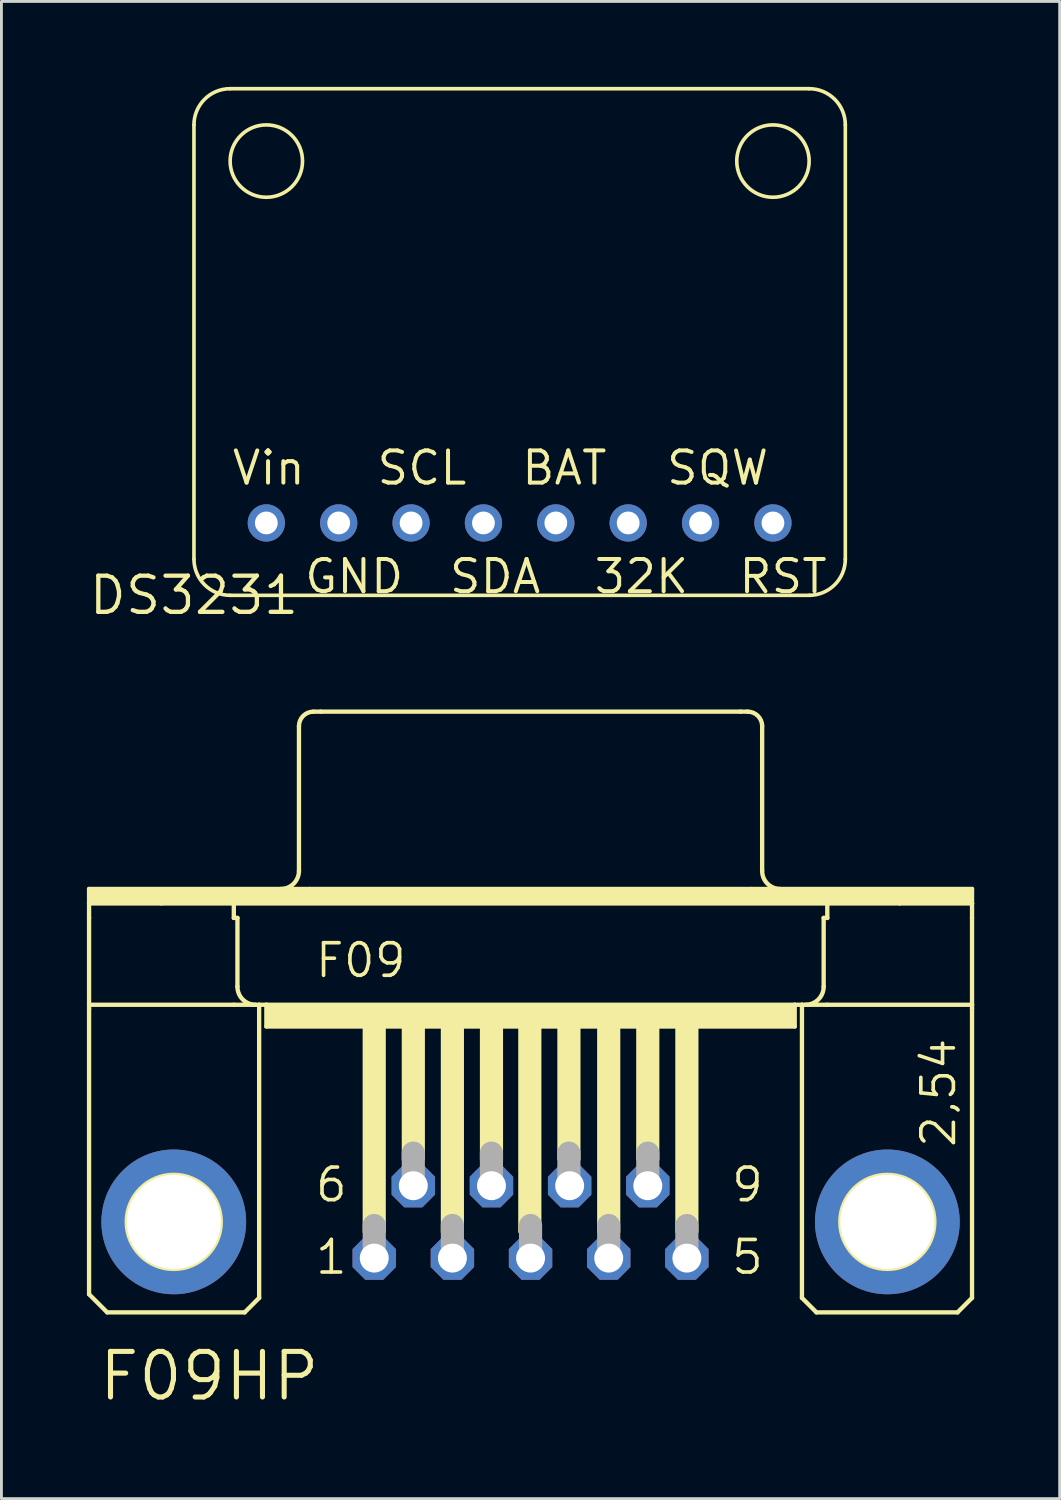
<source format=kicad_pcb>
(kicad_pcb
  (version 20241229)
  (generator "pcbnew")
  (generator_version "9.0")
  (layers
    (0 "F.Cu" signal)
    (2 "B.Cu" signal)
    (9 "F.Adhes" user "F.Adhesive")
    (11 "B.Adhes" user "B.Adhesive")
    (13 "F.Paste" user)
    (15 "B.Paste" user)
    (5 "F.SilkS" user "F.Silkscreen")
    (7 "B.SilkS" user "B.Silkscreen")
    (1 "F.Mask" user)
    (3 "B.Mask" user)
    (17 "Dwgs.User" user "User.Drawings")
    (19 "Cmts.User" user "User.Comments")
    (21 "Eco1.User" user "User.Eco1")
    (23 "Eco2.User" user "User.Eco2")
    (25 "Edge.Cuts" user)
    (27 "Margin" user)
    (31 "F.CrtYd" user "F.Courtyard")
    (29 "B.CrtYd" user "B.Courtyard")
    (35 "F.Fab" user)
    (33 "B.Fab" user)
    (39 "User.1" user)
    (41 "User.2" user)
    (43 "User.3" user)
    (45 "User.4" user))
  (footprint "DS3231"
    (layer "F.Cu")
    (at 3.757 17.843)
    (property "Reference" "DS3231" (at 0 0 0) (layer "F.SilkS") (effects (font (size 1.27 1.27) (thickness 0.15))))
    (fp_line (start 0 -16.51) (end 0 -1.27) (stroke (width 0.127) (type solid)) (layer "F.SilkS"))
    (fp_line (start 1.27 0) (end 21.59 0) (stroke (width 0.127) (type solid)) (layer "F.SilkS"))
    (fp_line (start 21.59 -17.78) (end 1.27 -17.78) (stroke (width 0.127) (type solid)) (layer "F.SilkS"))
    (fp_line (start 22.86 -1.27) (end 22.86 -16.51) (stroke (width 0.127) (type solid)) (layer "F.SilkS"))
    (fp_arc (start 0 -16.51) (mid 0.371974 -17.408026) (end 1.27 -17.78) (stroke (width 0.127) (type solid)) (layer "F.SilkS"))
    (fp_arc (start 1.27 0) (mid 0.371974 -0.371974) (end 0 -1.27) (stroke (width 0.127) (type solid)) (layer "F.SilkS"))
    (fp_arc (start 21.59 -17.78) (mid 22.488026 -17.408026) (end 22.86 -16.51) (stroke (width 0.127) (type solid)) (layer "F.SilkS"))
    (fp_arc (start 22.86 -1.27) (mid 22.488026 -0.371974) (end 21.59 0) (stroke (width 0.127) (type solid)) (layer "F.SilkS"))
    (fp_circle (center 2.54 -15.24) (end 3.81 -15.24) (stroke (width 0.127) (type solid)) (fill no) (layer "F.SilkS"))
    (fp_circle (center 20.32 -15.24) (end 21.59 -15.24) (stroke (width 0.127) (type solid)) (fill no) (layer "F.SilkS"))
    (fp_text user "SCL" (at 6.35 -3.81 0) (layer "F.SilkS") (effects (font (size 1.13 1.13) (thickness 0.14)) (justify left bottom)))
    (fp_text user "32K" (at 13.97 0 0) (layer "F.SilkS") (effects (font (size 1.13 1.13) (thickness 0.14)) (justify left bottom)))
    (fp_text user "SDA" (at 8.89 0 0) (layer "F.SilkS") (effects (font (size 1.13 1.13) (thickness 0.14)) (justify left bottom)))
    (fp_text user "GND" (at 3.81 0 0) (layer "F.SilkS") (effects (font (size 1.13 1.13) (thickness 0.14)) (justify left bottom)))
    (fp_text user "RST" (at 19.05 0 0) (layer "F.SilkS") (effects (font (size 1.13 1.13) (thickness 0.14)) (justify left bottom)))
    (fp_text user "SQW" (at 16.51 -3.81 0) (layer "F.SilkS") (effects (font (size 1.13 1.13) (thickness 0.14)) (justify left bottom)))
    (fp_text user "BAT" (at 11.43 -3.81 0) (layer "F.SilkS") (effects (font (size 1.13 1.13) (thickness 0.14)) (justify left bottom)))
    (fp_text user "Vin" (at 1.27 -3.81 0) (layer "F.SilkS") (effects (font (size 1.13 1.13) (thickness 0.14)) (justify left bottom)))
    (pad "P$1" thru_hole circle (at 2.54 -2.54) (size 1.308 1.308) (drill 0.8) (layers "*.Cu" "*.Mask"))
    (pad "P$2" thru_hole circle (at 5.08 -2.54) (size 1.308 1.308) (drill 0.8) (layers "*.Cu" "*.Mask"))
    (pad "P$3" thru_hole circle (at 7.62 -2.54) (size 1.308 1.308) (drill 0.8) (layers "*.Cu" "*.Mask"))
    (pad "P$4" thru_hole circle (at 10.16 -2.54) (size 1.308 1.308) (drill 0.8) (layers "*.Cu" "*.Mask"))
    (pad "P$5" thru_hole circle (at 12.7 -2.54) (size 1.308 1.308) (drill 0.8) (layers "*.Cu" "*.Mask"))
    (pad "P$6" thru_hole circle (at 15.24 -2.54) (size 1.308 1.308) (drill 0.8) (layers "*.Cu" "*.Mask"))
    (pad "P$7" thru_hole circle (at 17.78 -2.54) (size 1.308 1.308) (drill 0.8) (layers "*.Cu" "*.Mask"))
    (pad "P$8" thru_hole circle (at 20.32 -2.54) (size 1.308 1.308) (drill 0.8) (layers "*.Cu" "*.Mask")))
  (footprint "F09HP"
    (layer "F.Cu")
    (at 15.57 39.833)
    (property "Reference" "F09HP" (at -15.24 6.35 0) (layer "F.SilkS") (effects (font (size 1.6 1.6) (thickness 0.178)) (justify left bottom)))
    (fp_line (start -15.494 -11.684) (end -7.747 -11.684) (stroke (width 0.152) (type solid)) (layer "F.SilkS"))
    (fp_line (start -15.494 -11.176) (end -15.494 -11.684) (stroke (width 0.152) (type solid)) (layer "F.SilkS"))
    (fp_line (start -15.494 -11.176) (end -12.954 -11.176) (stroke (width 0.152) (type solid)) (layer "F.SilkS"))
    (fp_line (start -15.494 -10.668) (end -15.494 -11.176) (stroke (width 0.152) (type solid)) (layer "F.SilkS"))
    (fp_line (start -15.494 -7.62) (end -15.494 -10.668) (stroke (width 0.152) (type solid)) (layer "F.SilkS"))
    (fp_line (start -15.494 -7.62) (end -15.494 -7.493) (stroke (width 0.152) (type solid)) (layer "F.SilkS"))
    (fp_line (start -15.494 -7.62) (end -10.414 -7.62) (stroke (width 0.152) (type solid)) (layer "F.SilkS"))
    (fp_line (start -15.494 2.54) (end -15.494 -7.493) (stroke (width 0.152) (type solid)) (layer "F.SilkS"))
    (fp_line (start -14.859 3.175) (end -15.494 2.54) (stroke (width 0.152) (type solid)) (layer "F.SilkS"))
    (fp_line (start -12.954 -11.176) (end -10.414 -11.176) (stroke (width 0.152) (type solid)) (layer "F.SilkS"))
    (fp_line (start -10.414 -11.176) (end 10.414 -11.176) (stroke (width 0.152) (type solid)) (layer "F.SilkS"))
    (fp_line (start -10.414 -10.668) (end -10.414 -11.176) (stroke (width 0.152) (type solid)) (layer "F.SilkS"))
    (fp_line (start -10.414 -10.668) (end -10.287 -10.668) (stroke (width 0.152) (type solid)) (layer "F.SilkS"))
    (fp_line (start -10.414 -7.62) (end -9.525 -7.62) (stroke (width 0.152) (type solid)) (layer "F.SilkS"))
    (fp_line (start -10.287 -8.255) (end -10.287 -10.668) (stroke (width 0.152) (type solid)) (layer "F.SilkS"))
    (fp_line (start -10.033 3.175) (end -14.859 3.175) (stroke (width 0.152) (type solid)) (layer "F.SilkS"))
    (fp_line (start -10.033 3.175) (end -9.525 2.667) (stroke (width 0.152) (type solid)) (layer "F.SilkS"))
    (fp_line (start -9.525 -7.62) (end -9.271 -7.62) (stroke (width 0.152) (type solid)) (layer "F.SilkS"))
    (fp_line (start -9.525 2.667) (end -9.525 -7.62) (stroke (width 0.152) (type solid)) (layer "F.SilkS"))
    (fp_line (start -9.271 -7.62) (end -9.271 -6.858) (stroke (width 0.152) (type solid)) (layer "F.SilkS"))
    (fp_line (start -9.271 -7.62) (end 9.271 -7.62) (stroke (width 0.152) (type solid)) (layer "F.SilkS"))
    (fp_line (start -9.271 -6.858) (end 9.271 -6.858) (stroke (width 0.152) (type solid)) (layer "F.SilkS"))
    (fp_line (start -8.128 -12.319) (end -8.128 -17.399) (stroke (width 0.152) (type solid)) (layer "F.SilkS"))
    (fp_line (start -7.747 -11.684) (end 7.747 -11.684) (stroke (width 0.152) (type solid)) (layer "F.SilkS"))
    (fp_line (start -7.62 -17.907) (end -7.366 -17.907) (stroke (width 0.152) (type solid)) (layer "F.SilkS"))
    (fp_line (start -7.366 -17.907) (end 7.366 -17.907) (stroke (width 0.152) (type solid)) (layer "F.SilkS"))
    (fp_line (start 7.366 -17.907) (end 7.62 -17.907) (stroke (width 0.152) (type solid)) (layer "F.SilkS"))
    (fp_line (start 7.747 -11.684) (end 15.494 -11.684) (stroke (width 0.152) (type solid)) (layer "F.SilkS"))
    (fp_line (start 8.128 -12.319) (end 8.128 -17.399) (stroke (width 0.152) (type solid)) (layer "F.SilkS"))
    (fp_line (start 9.271 -7.62) (end 9.271 -6.858) (stroke (width 0.152) (type solid)) (layer "F.SilkS"))
    (fp_line (start 9.271 -7.62) (end 9.525 -7.62) (stroke (width 0.152) (type solid)) (layer "F.SilkS"))
    (fp_line (start 9.525 -7.62) (end 10.414 -7.62) (stroke (width 0.152) (type solid)) (layer "F.SilkS"))
    (fp_line (start 9.525 2.667) (end 9.525 -7.62) (stroke (width 0.152) (type solid)) (layer "F.SilkS"))
    (fp_line (start 9.525 2.667) (end 10.033 3.175) (stroke (width 0.152) (type solid)) (layer "F.SilkS"))
    (fp_line (start 10.033 3.175) (end 14.986 3.175) (stroke (width 0.152) (type solid)) (layer "F.SilkS"))
    (fp_line (start 10.287 -10.668) (end 10.414 -10.668) (stroke (width 0.152) (type solid)) (layer "F.SilkS"))
    (fp_line (start 10.287 -8.255) (end 10.287 -10.668) (stroke (width 0.152) (type solid)) (layer "F.SilkS"))
    (fp_line (start 10.414 -11.176) (end 12.954 -11.176) (stroke (width 0.152) (type solid)) (layer "F.SilkS"))
    (fp_line (start 10.414 -10.668) (end 10.414 -11.176) (stroke (width 0.152) (type solid)) (layer "F.SilkS"))
    (fp_line (start 10.414 -7.62) (end 15.494 -7.62) (stroke (width 0.152) (type solid)) (layer "F.SilkS"))
    (fp_line (start 12.954 -11.176) (end 15.494 -11.176) (stroke (width 0.152) (type solid)) (layer "F.SilkS"))
    (fp_line (start 14.986 3.175) (end 15.494 2.667) (stroke (width 0.152) (type solid)) (layer "F.SilkS"))
    (fp_line (start 15.494 -11.684) (end 15.494 -11.176) (stroke (width 0.152) (type solid)) (layer "F.SilkS"))
    (fp_line (start 15.494 -11.176) (end 15.494 -10.668) (stroke (width 0.152) (type solid)) (layer "F.SilkS"))
    (fp_line (start 15.494 -10.668) (end 15.494 -7.62) (stroke (width 0.152) (type solid)) (layer "F.SilkS"))
    (fp_line (start 15.494 -7.62) (end 15.494 -7.493) (stroke (width 0.152) (type solid)) (layer "F.SilkS"))
    (fp_line (start 15.494 2.667) (end 15.494 -7.493) (stroke (width 0.152) (type solid)) (layer "F.SilkS"))
    (fp_arc (start -9.652 -7.62) (mid -10.101013 -7.805987) (end -10.287 -8.255) (stroke (width 0.1524) (type solid)) (layer "F.SilkS"))
    (fp_arc (start -8.128 -17.399) (mid -7.97921 -17.75821) (end -7.62 -17.907) (stroke (width 0.1524) (type solid)) (layer "F.SilkS"))
    (fp_arc (start -8.128 -12.319) (mid -8.313987 -11.869987) (end -8.763 -11.684) (stroke (width 0.1524) (type solid)) (layer "F.SilkS"))
    (fp_arc (start 7.62 -17.907) (mid 7.97921 -17.75821) (end 8.128 -17.399) (stroke (width 0.1524) (type solid)) (layer "F.SilkS"))
    (fp_arc (start 8.763 -11.684) (mid 8.313987 -11.869987) (end 8.128 -12.319) (stroke (width 0.1524) (type solid)) (layer "F.SilkS"))
    (fp_arc (start 10.287 -8.255) (mid 10.101013 -7.805987) (end 9.652 -7.62) (stroke (width 0.1524) (type solid)) (layer "F.SilkS"))
    (fp_circle (center -12.522 0) (end -10.871 0) (stroke (width 0.152) (type solid)) (fill no) (layer "F.SilkS"))
    (fp_circle (center 12.522 0) (end 14.173 0) (stroke (width 0.152) (type solid)) (fill no) (layer "F.SilkS"))
    (fp_poly (pts (xy -15.494 -11.176) (xy 15.494 -11.176) (xy 15.494 -11.684) (xy -15.494 -11.684)) (stroke (width 0) (type default)) (fill yes) (layer "F.SilkS"))
    (fp_poly (pts (xy -9.271 -6.858) (xy 9.271 -6.858) (xy 9.271 -7.62) (xy -9.271 -7.62)) (stroke (width 0) (type default)) (fill yes) (layer "F.SilkS"))
    (fp_poly (pts (xy -5.893 0.381) (xy -5.08 0.381) (xy -5.08 -6.858) (xy -5.893 -6.858)) (stroke (width 0) (type default)) (fill yes) (layer "F.SilkS"))
    (fp_poly (pts (xy -4.521 -2.159) (xy -3.708 -2.159) (xy -3.708 -6.858) (xy -4.521 -6.858)) (stroke (width 0) (type default)) (fill yes) (layer "F.SilkS"))
    (fp_poly (pts (xy -3.15 0.381) (xy -2.337 0.381) (xy -2.337 -6.858) (xy -3.15 -6.858)) (stroke (width 0) (type default)) (fill yes) (layer "F.SilkS"))
    (fp_poly (pts (xy -1.778 -2.159) (xy -0.965 -2.159) (xy -0.965 -6.858) (xy -1.778 -6.858)) (stroke (width 0) (type default)) (fill yes) (layer "F.SilkS"))
    (fp_poly (pts (xy -0.432 0.381) (xy 0.381 0.381) (xy 0.381 -6.858) (xy -0.432 -6.858)) (stroke (width 0) (type default)) (fill yes) (layer "F.SilkS"))
    (fp_poly (pts (xy 0.94 -2.159) (xy 1.753 -2.159) (xy 1.753 -6.858) (xy 0.94 -6.858)) (stroke (width 0) (type default)) (fill yes) (layer "F.SilkS"))
    (fp_poly (pts (xy 2.337 0.381) (xy 3.15 0.381) (xy 3.15 -6.858) (xy 2.337 -6.858)) (stroke (width 0) (type default)) (fill yes) (layer "F.SilkS"))
    (fp_poly (pts (xy 3.708 -2.159) (xy 4.521 -2.159) (xy 4.521 -6.858) (xy 3.708 -6.858)) (stroke (width 0) (type default)) (fill yes) (layer "F.SilkS"))
    (fp_poly (pts (xy 5.08 0.381) (xy 5.893 0.381) (xy 5.893 -6.858) (xy 5.08 -6.858)) (stroke (width 0) (type default)) (fill yes) (layer "F.SilkS"))
    (fp_line (start -5.486 1.143) (end -5.486 0.127) (stroke (width 0.813) (type solid)) (layer "F.Fab"))
    (fp_line (start -4.115 -1.397) (end -4.115 -2.413) (stroke (width 0.813) (type solid)) (layer "F.Fab"))
    (fp_line (start -2.743 1.143) (end -2.743 0.127) (stroke (width 0.813) (type solid)) (layer "F.Fab"))
    (fp_line (start -1.372 -1.397) (end -1.372 -2.413) (stroke (width 0.813) (type solid)) (layer "F.Fab"))
    (fp_line (start 0 1.143) (end 0 0.127) (stroke (width 0.813) (type solid)) (layer "F.Fab"))
    (fp_line (start 1.346 -1.397) (end 1.346 -2.413) (stroke (width 0.813) (type solid)) (layer "F.Fab"))
    (fp_line (start 2.743 1.143) (end 2.743 0.127) (stroke (width 0.813) (type solid)) (layer "F.Fab"))
    (fp_line (start 4.115 -1.397) (end 4.115 -2.413) (stroke (width 0.813) (type solid)) (layer "F.Fab"))
    (fp_line (start 5.486 1.143) (end 5.486 0.127) (stroke (width 0.813) (type solid)) (layer "F.Fab"))
    (fp_text user "5" (at 6.985 1.905 0) (layer "F.SilkS") (effects (font (size 1.143 1.143) (thickness 0.127)) (justify left bottom)))
    (fp_text user "6" (at -7.62 -0.635 0) (layer "F.SilkS") (effects (font (size 1.143 1.143) (thickness 0.127)) (justify left bottom)))
    (fp_text user "9" (at 6.985 -0.635 0) (layer "F.SilkS") (effects (font (size 1.143 1.143) (thickness 0.127)) (justify left bottom)))
    (fp_text user "1" (at -7.62 1.905 0) (layer "F.SilkS") (effects (font (size 1.143 1.143) (thickness 0.127)) (justify left bottom)))
    (fp_text user "2,54" (at 14.986 -2.54 90) (layer "F.SilkS") (effects (font (size 1.143 1.143) (thickness 0.127)) (justify left bottom)))
    (fp_text user "F09" (at -7.62 -8.509 0) (layer "F.SilkS") (effects (font (size 1.143 1.143) (thickness 0.127)) (justify left bottom)))
    (pad "1" thru_hole roundrect (at -5.486 1.27) (size 1.524 1.524) (drill 1.016) (layers "*.Cu" "*.Mask") (roundrect_rratio 0.25) (chamfer_ratio 0.293) (chamfer top_left top_right bottom_left bottom_right))
    (pad "2" thru_hole roundrect (at -2.743 1.27) (size 1.524 1.524) (drill 1.016) (layers "*.Cu" "*.Mask") (roundrect_rratio 0.25) (chamfer_ratio 0.293) (chamfer top_left top_right bottom_left bottom_right))
    (pad "3" thru_hole roundrect (at 0 1.27) (size 1.524 1.524) (drill 1.016) (layers "*.Cu" "*.Mask") (roundrect_rratio 0.25) (chamfer_ratio 0.293) (chamfer top_left top_right bottom_left bottom_right))
    (pad "4" thru_hole roundrect (at 2.743 1.27) (size 1.524 1.524) (drill 1.016) (layers "*.Cu" "*.Mask") (roundrect_rratio 0.25) (chamfer_ratio 0.293) (chamfer top_left top_right bottom_left bottom_right))
    (pad "5" thru_hole roundrect (at 5.486 1.27) (size 1.524 1.524) (drill 1.016) (layers "*.Cu" "*.Mask") (roundrect_rratio 0.25) (chamfer_ratio 0.293) (chamfer top_left top_right bottom_left bottom_right))
    (pad "6" thru_hole roundrect (at -4.115 -1.27) (size 1.524 1.524) (drill 1.016) (layers "*.Cu" "*.Mask") (roundrect_rratio 0.25) (chamfer_ratio 0.293) (chamfer top_left top_right bottom_left bottom_right))
    (pad "7" thru_hole roundrect (at -1.372 -1.27) (size 1.524 1.524) (drill 1.016) (layers "*.Cu" "*.Mask") (roundrect_rratio 0.25) (chamfer_ratio 0.293) (chamfer top_left top_right bottom_left bottom_right))
    (pad "8" thru_hole roundrect (at 1.372 -1.27) (size 1.524 1.524) (drill 1.016) (layers "*.Cu" "*.Mask") (roundrect_rratio 0.25) (chamfer_ratio 0.293) (chamfer top_left top_right bottom_left bottom_right))
    (pad "9" thru_hole roundrect (at 4.115 -1.27) (size 1.524 1.524) (drill 1.016) (layers "*.Cu" "*.Mask") (roundrect_rratio 0.25) (chamfer_ratio 0.293) (chamfer top_left top_right bottom_left bottom_right))
    (pad "G1" thru_hole circle (at -12.522 0) (size 5.08 5.08) (drill 3.302) (layers "*.Cu" "*.Mask"))
    (pad "G2" thru_hole circle (at 12.522 0) (size 5.08 5.08) (drill 3.302) (layers "*.Cu" "*.Mask")))
  (gr_rect
    (start -3 -3)
    (end 34.14 49.546)
    (stroke (width 0.1) (type default))
    (fill no)
    (layer "Edge.Cuts")))
</source>
